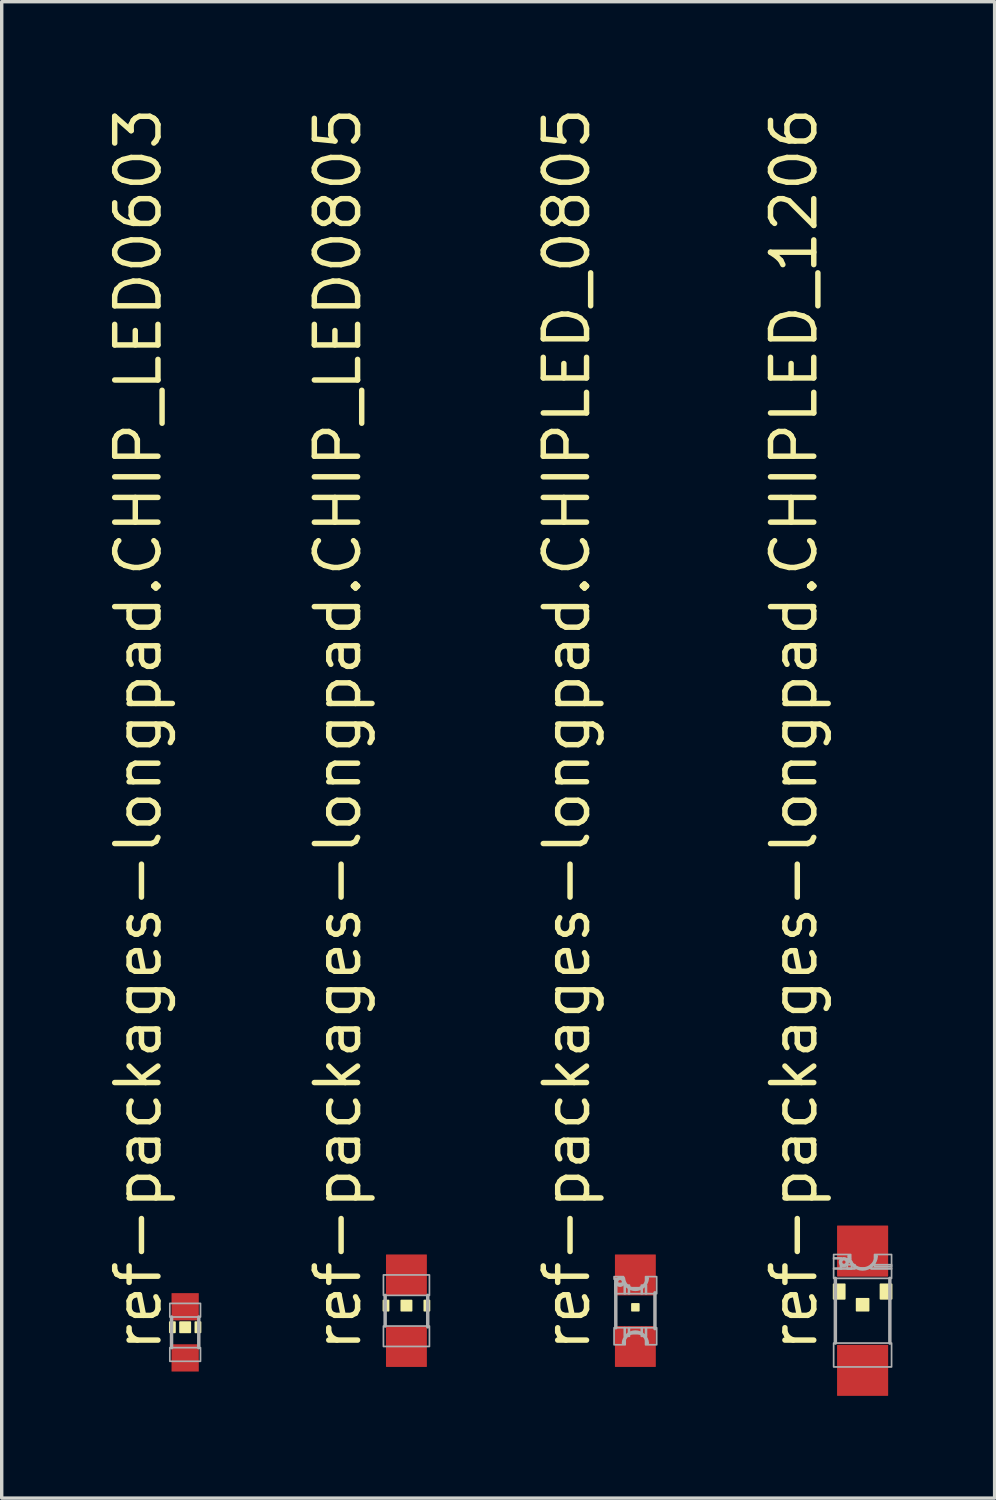
<source format=kicad_pcb>
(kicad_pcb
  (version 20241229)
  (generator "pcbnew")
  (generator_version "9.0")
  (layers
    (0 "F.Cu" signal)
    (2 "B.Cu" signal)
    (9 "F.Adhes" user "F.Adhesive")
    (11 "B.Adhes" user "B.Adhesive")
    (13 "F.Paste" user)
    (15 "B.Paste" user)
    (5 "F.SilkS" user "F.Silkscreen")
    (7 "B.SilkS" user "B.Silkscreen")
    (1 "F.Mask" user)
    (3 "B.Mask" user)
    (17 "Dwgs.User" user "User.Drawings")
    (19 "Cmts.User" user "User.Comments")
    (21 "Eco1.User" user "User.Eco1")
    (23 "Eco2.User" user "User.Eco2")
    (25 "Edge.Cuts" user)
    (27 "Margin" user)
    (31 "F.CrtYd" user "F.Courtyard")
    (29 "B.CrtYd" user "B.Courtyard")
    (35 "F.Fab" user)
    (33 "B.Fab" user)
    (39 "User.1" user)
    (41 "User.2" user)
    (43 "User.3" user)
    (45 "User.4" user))
  (footprint "ref-packages-longpad.CHIPLED_1206"
    (layer "F.Cu")
    (at 22.27 35.423)
    (property "Reference" "ref-packages-longpad.CHIPLED_1206" (at -1.27 1.27 90) (layer "F.SilkS") (effects (font (size 1.27 1.27) (thickness 0.16)) (justify left bottom)))
    (attr smd)
    (fp_rect (start -0.85 -0.35) (end -0.525 -0.775) (stroke (width 0.05) (type default)) (fill yes) (layer "F.SilkS"))
    (fp_rect (start -0.175 0) (end 0.175 -0.35) (stroke (width 0.05) (type default)) (fill yes) (layer "F.SilkS"))
    (fp_rect (start 0.525 -0.35) (end 0.85 -0.775) (stroke (width 0.05) (type default)) (fill yes) (layer "F.SilkS"))
    (fp_line (start -0.8 0.95) (end -0.8 -0.95) (stroke (width 0.102) (type default)) (layer "F.Fab"))
    (fp_line (start 0.8 -0.95) (end 0.8 0.95) (stroke (width 0.102) (type default)) (layer "F.Fab"))
    (fp_rect (start -0.85 -1.525) (end -0.35 -1.65) (stroke (width 0.05) (type default)) (fill no) (layer "F.Fab"))
    (fp_rect (start -0.85 -1.225) (end -0.625 -1.55) (stroke (width 0.05) (type default)) (fill no) (layer "F.Fab"))
    (fp_rect (start -0.85 -0.95) (end 0.85 -1.25) (stroke (width 0.05) (type default)) (fill no) (layer "F.Fab"))
    (fp_rect (start -0.85 1.65) (end 0.85 0.95) (stroke (width 0.05) (type default)) (fill no) (layer "F.Fab"))
    (fp_rect (start -0.65 -1.225) (end -0.225 -1.35) (stroke (width 0.05) (type default)) (fill no) (layer "F.Fab"))
    (fp_rect (start -0.45 -1.225) (end -0.325 -1.45) (stroke (width 0.05) (type default)) (fill no) (layer "F.Fab"))
    (fp_rect (start 0.25 -1.225) (end 0.85 -1.35) (stroke (width 0.05) (type default)) (fill no) (layer "F.Fab"))
    (fp_rect (start 0.35 -1.3) (end 0.85 -1.65) (stroke (width 0.05) (type default)) (fill no) (layer "F.Fab"))
    (fp_arc (start 0.4 -1.6) (mid 0 -1.224969) (end -0.4 -1.6) (stroke (width 0.1016) (type default)) (layer "F.Fab"))
    (fp_circle (center -0.55 -1.425) (end -0.45 -1.425) (stroke (width 0.102) (type default)) (fill no) (layer "F.Fab"))
    (pad "A" smd roundrect (at 0 1.75) (size 1.5 1.5) (layers "F.Cu" "F.Mask" "F.Paste") (roundrect_rratio 0.01))
    (pad "C" smd roundrect (at 0 -1.75) (size 1.5 1.5) (layers "F.Cu" "F.Mask" "F.Paste") (roundrect_rratio 0.01)))
  (footprint "ref-packages-longpad.CHIP_LED0603"
    (layer "F.Cu")
    (at 2.385 36.058)
    (property "Reference" "ref-packages-longpad.CHIP_LED0603" (at -0.635 0.635 90) (layer "F.SilkS") (effects (font (size 1.27 1.27) (thickness 0.16)) (justify left bottom)))
    (attr smd)
    (fp_rect (start -0.45 0) (end -0.3 -0.3) (stroke (width 0.05) (type default)) (fill yes) (layer "F.SilkS"))
    (fp_rect (start -0.15 0) (end 0.15 -0.3) (stroke (width 0.05) (type default)) (fill yes) (layer "F.SilkS"))
    (fp_rect (start 0.3 0) (end 0.45 -0.3) (stroke (width 0.05) (type default)) (fill yes) (layer "F.SilkS"))
    (fp_line (start -0.4 -0.45) (end -0.4 0.45) (stroke (width 0.102) (type default)) (layer "F.Fab"))
    (fp_line (start 0.4 -0.45) (end 0.4 0.45) (stroke (width 0.102) (type default)) (layer "F.Fab"))
    (fp_rect (start -0.45 -0.45) (end 0.45 -0.85) (stroke (width 0.05) (type default)) (fill no) (layer "F.Fab"))
    (fp_rect (start -0.45 0.85) (end 0.45 0.45) (stroke (width 0.05) (type default)) (fill no) (layer "F.Fab"))
    (pad "A" smd roundrect (at 0 0.75) (size 0.8 0.8) (layers "F.Cu" "F.Mask" "F.Paste") (roundrect_rratio 0.01))
    (pad "C" smd roundrect (at 0 -0.75) (size 0.8 0.8) (layers "F.Cu" "F.Mask" "F.Paste") (roundrect_rratio 0.01)))
  (footprint "ref-packages-longpad.CHIP_LED0805"
    (layer "F.Cu")
    (at 8.88 35.423)
    (property "Reference" "ref-packages-longpad.CHIP_LED0805" (at -1.27 1.27 90) (layer "F.SilkS") (effects (font (size 1.27 1.27) (thickness 0.16)) (justify left bottom)))
    (attr smd)
    (fp_rect (start -0.675 0) (end -0.525 -0.3) (stroke (width 0.05) (type default)) (fill yes) (layer "F.SilkS"))
    (fp_rect (start -0.15 0) (end 0.15 -0.3) (stroke (width 0.05) (type default)) (fill yes) (layer "F.SilkS"))
    (fp_rect (start 0.525 0) (end 0.675 -0.3) (stroke (width 0.05) (type default)) (fill yes) (layer "F.SilkS"))
    (fp_line (start -0.625 -0.45) (end -0.625 0.45) (stroke (width 0.102) (type default)) (layer "F.Fab"))
    (fp_line (start 0.625 -0.45) (end 0.625 0.475) (stroke (width 0.102) (type default)) (layer "F.Fab"))
    (fp_rect (start -0.675 -0.45) (end 0.675 -1.05) (stroke (width 0.05) (type default)) (fill no) (layer "F.Fab"))
    (fp_rect (start -0.675 1.05) (end 0.675 0.45) (stroke (width 0.05) (type default)) (fill no) (layer "F.Fab"))
    (pad "A" smd roundrect (at 0 1.05) (size 1.2 1.2) (layers "F.Cu" "F.Mask" "F.Paste") (roundrect_rratio 0.01))
    (pad "C" smd roundrect (at 0 -1.05) (size 1.2 1.2) (layers "F.Cu" "F.Mask" "F.Paste") (roundrect_rratio 0.01)))
  (footprint "ref-packages-longpad.CHIPLED_0805"
    (layer "F.Cu")
    (at 15.6 35.423)
    (property "Reference" "ref-packages-longpad.CHIPLED_0805" (at -1.27 1.27 90) (layer "F.SilkS") (effects (font (size 1.27 1.27) (thickness 0.16)) (justify left bottom)))
    (attr smd)
    (fp_rect (start -0.1 0) (end 0.1 -0.2) (stroke (width 0.05) (type default)) (fill yes) (layer "F.SilkS"))
    (fp_line (start -0.575 0.5) (end -0.575 -0.925) (stroke (width 0.102) (type default)) (layer "F.Fab"))
    (fp_line (start 0.575 -0.525) (end 0.575 0.525) (stroke (width 0.102) (type default)) (layer "F.Fab"))
    (fp_rect (start -0.625 -0.925) (end -0.35 -1) (stroke (width 0.05) (type default)) (fill no) (layer "F.Fab"))
    (fp_rect (start -0.625 1) (end -0.3 0.5) (stroke (width 0.05) (type default)) (fill no) (layer "F.Fab"))
    (fp_rect (start -0.6 -0.5) (end -0.3 -0.8) (stroke (width 0.05) (type default)) (fill no) (layer "F.Fab"))
    (fp_rect (start -0.325 -0.5) (end -0.175 -0.75) (stroke (width 0.05) (type default)) (fill no) (layer "F.Fab"))
    (fp_rect (start -0.325 0.75) (end -0.175 0.5) (stroke (width 0.05) (type default)) (fill no) (layer "F.Fab"))
    (fp_rect (start -0.2 -0.5) (end 0.2 -0.675) (stroke (width 0.05) (type default)) (fill no) (layer "F.Fab"))
    (fp_rect (start -0.2 0.675) (end 0.2 0.5) (stroke (width 0.05) (type default)) (fill no) (layer "F.Fab"))
    (fp_rect (start 0.175 -0.5) (end 0.325 -0.75) (stroke (width 0.05) (type default)) (fill no) (layer "F.Fab"))
    (fp_rect (start 0.175 0.75) (end 0.325 0.5) (stroke (width 0.05) (type default)) (fill no) (layer "F.Fab"))
    (fp_rect (start 0.3 -0.5) (end 0.625 -1) (stroke (width 0.05) (type default)) (fill no) (layer "F.Fab"))
    (fp_rect (start 0.3 1) (end 0.625 0.5) (stroke (width 0.05) (type default)) (fill no) (layer "F.Fab"))
    (fp_arc (start -0.35 0.95) (mid 0 0.625036) (end 0.35 0.95) (stroke (width 0.1016) (type default)) (layer "F.Fab"))
    (fp_arc (start 0.35 -0.95) (mid 0 -0.625036) (end -0.35 -0.95) (stroke (width 0.1016) (type default)) (layer "F.Fab"))
    (fp_circle (center -0.45 -0.85) (end -0.347 -0.85) (stroke (width 0.102) (type default)) (fill no) (layer "F.Fab"))
    (pad "A" smd roundrect (at 0 1.05) (size 1.2 1.2) (layers "F.Cu" "F.Mask" "F.Paste") (roundrect_rratio 0.01))
    (pad "C" smd roundrect (at 0 -1.05) (size 1.2 1.2) (layers "F.Cu" "F.Mask" "F.Paste") (roundrect_rratio 0.01)))
  (gr_rect
    (start -3 -3)
    (end 26.145 40.923)
    (stroke (width 0.1) (type default))
    (fill no)
    (layer "Edge.Cuts")))
</source>
